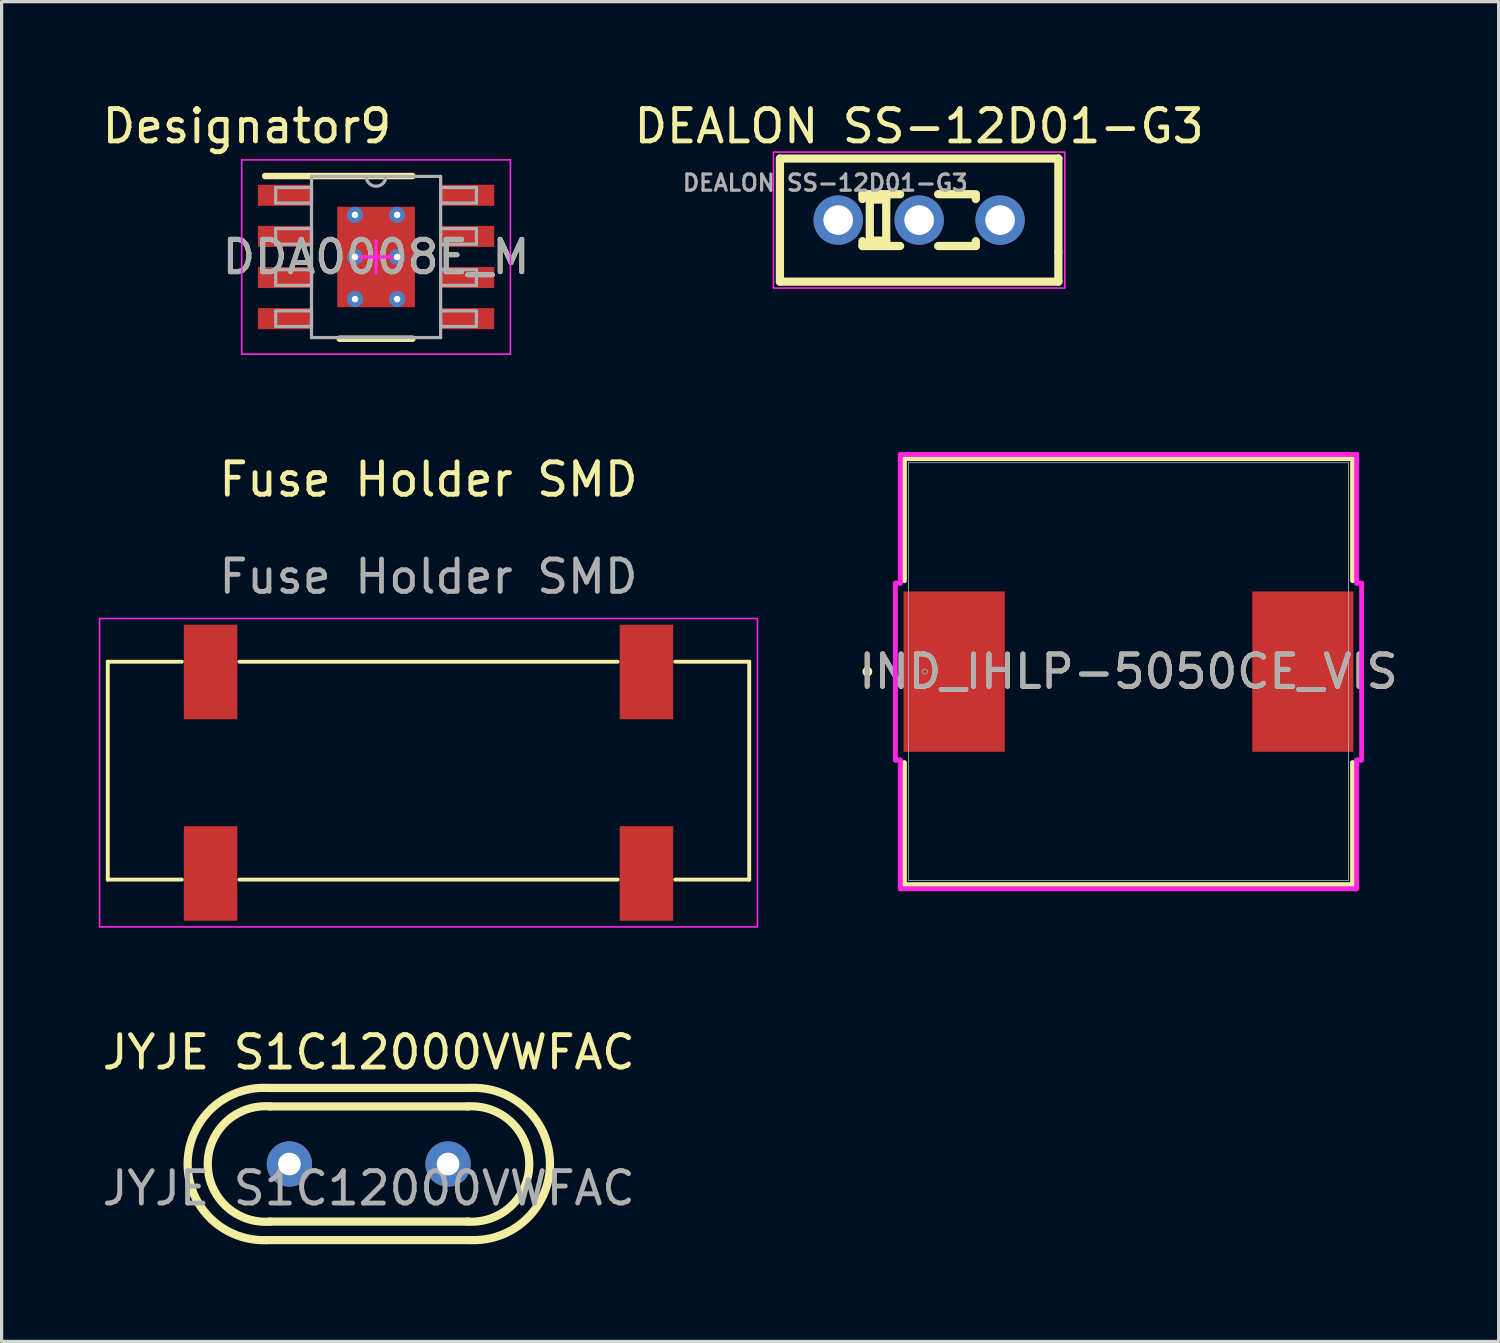
<source format=kicad_pcb>
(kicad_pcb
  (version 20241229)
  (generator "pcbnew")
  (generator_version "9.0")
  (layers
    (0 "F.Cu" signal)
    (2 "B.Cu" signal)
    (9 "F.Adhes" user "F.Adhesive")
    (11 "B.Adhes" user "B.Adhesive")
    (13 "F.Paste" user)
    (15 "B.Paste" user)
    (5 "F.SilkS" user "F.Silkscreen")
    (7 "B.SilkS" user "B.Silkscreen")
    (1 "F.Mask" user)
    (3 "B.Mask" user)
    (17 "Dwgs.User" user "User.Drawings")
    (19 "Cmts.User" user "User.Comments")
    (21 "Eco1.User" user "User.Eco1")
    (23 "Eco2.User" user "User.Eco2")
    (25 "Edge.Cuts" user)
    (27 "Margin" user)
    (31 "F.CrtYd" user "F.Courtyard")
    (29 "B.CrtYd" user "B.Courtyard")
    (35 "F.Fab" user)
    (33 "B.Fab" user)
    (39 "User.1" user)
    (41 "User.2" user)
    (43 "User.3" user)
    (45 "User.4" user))
  (footprint "IND_IHLP-5050CE_VIS"
    (layer "F.Cu")
    (at 31.805 17.694)
    (property "Reference" "IND_IHLP-5050CE_VIS" (at 0 0 0) (unlocked yes) (layer "F.SilkS") (effects (font (size 1 1) (thickness 0.15))))
    (attr smd)
    (fp_line (start -6.921 -6.579) (end -6.921 -2.809) (stroke (width 0.152) (type solid)) (layer "F.SilkS"))
    (fp_line (start -6.921 2.809) (end -6.921 6.579) (stroke (width 0.152) (type solid)) (layer "F.SilkS"))
    (fp_line (start -6.921 6.579) (end 6.921 6.579) (stroke (width 0.152) (type solid)) (layer "F.SilkS"))
    (fp_line (start 6.921 -6.579) (end -6.921 -6.579) (stroke (width 0.152) (type solid)) (layer "F.SilkS"))
    (fp_line (start 6.921 -2.809) (end 6.921 -6.579) (stroke (width 0.152) (type solid)) (layer "F.SilkS"))
    (fp_line (start 6.921 6.579) (end 6.921 2.809) (stroke (width 0.152) (type solid)) (layer "F.SilkS"))
    (fp_circle (center -8.065 0) (end -7.988 0) (stroke (width 0.152) (type solid)) (fill no) (layer "F.SilkS"))
    (fp_line (start -7.201 -2.731) (end -7.048 -2.731) (stroke (width 0.152) (type solid)) (layer "F.CrtYd"))
    (fp_line (start -7.201 2.731) (end -7.201 -2.731) (stroke (width 0.152) (type solid)) (layer "F.CrtYd"))
    (fp_line (start -7.048 -6.706) (end 7.048 -6.706) (stroke (width 0.152) (type solid)) (layer "F.CrtYd"))
    (fp_line (start -7.048 -2.731) (end -7.048 -6.706) (stroke (width 0.152) (type solid)) (layer "F.CrtYd"))
    (fp_line (start -7.048 2.731) (end -7.201 2.731) (stroke (width 0.152) (type solid)) (layer "F.CrtYd"))
    (fp_line (start -7.048 6.706) (end -7.048 2.731) (stroke (width 0.152) (type solid)) (layer "F.CrtYd"))
    (fp_line (start 7.048 -6.706) (end 7.048 -2.731) (stroke (width 0.152) (type solid)) (layer "F.CrtYd"))
    (fp_line (start 7.048 -2.731) (end 7.201 -2.731) (stroke (width 0.152) (type solid)) (layer "F.CrtYd"))
    (fp_line (start 7.048 2.731) (end 7.048 6.706) (stroke (width 0.152) (type solid)) (layer "F.CrtYd"))
    (fp_line (start 7.048 6.706) (end -7.048 6.706) (stroke (width 0.152) (type solid)) (layer "F.CrtYd"))
    (fp_line (start 7.201 -2.731) (end 7.201 2.731) (stroke (width 0.152) (type solid)) (layer "F.CrtYd"))
    (fp_line (start 7.201 2.731) (end 7.048 2.731) (stroke (width 0.152) (type solid)) (layer "F.CrtYd"))
    (fp_line (start -6.795 -6.452) (end -6.795 6.452) (stroke (width 0.025) (type solid)) (layer "F.Fab"))
    (fp_line (start -6.795 6.452) (end 6.795 6.452) (stroke (width 0.025) (type solid)) (layer "F.Fab"))
    (fp_line (start 6.795 -6.452) (end -6.795 -6.452) (stroke (width 0.025) (type solid)) (layer "F.Fab"))
    (fp_line (start 6.795 6.452) (end 6.795 -6.452) (stroke (width 0.025) (type solid)) (layer "F.Fab"))
    (fp_circle (center -6.287 0) (end -6.21 0) (stroke (width 0.025) (type solid)) (fill no) (layer "F.Fab"))
    (fp_text user "${REFERENCE}" (at 0 0 0) (unlocked yes) (layer "F.Fab") (effects (font (size 1 1) (thickness 0.15))))
    (pad "1" smd rect (at -5.385 0 90) (size 4.953 3.124) (layers "F.Cu" "F.Mask" "F.Paste"))
    (pad "2" smd rect (at 5.385 0 90) (size 4.953 3.124) (layers "F.Cu" "F.Mask" "F.Paste"))
    (zone (net_name "") (layer "F.Cu") (hatch full 0.508) (connect_pads) (min_thickness 0.254) (filled_areas_thickness no) (keepout (tracks not_allowed) (vias not_allowed) (pads allowed) (copperpour not_allowed) (footprints allowed)) (placement (enabled no)) (fill) (polygon (pts (xy 25.061 11.293) (xy 38.548 11.293) (xy 38.548 15.166) (xy 25.061 15.166))))
    (zone (net_name "") (layer "F.Cu") (hatch full 0.508) (connect_pads) (min_thickness 0.254) (filled_areas_thickness no) (keepout (tracks not_allowed) (vias not_allowed) (pads allowed) (copperpour not_allowed) (footprints allowed)) (placement (enabled no)) (fill) (polygon (pts (xy 25.061 20.221) (xy 38.548 20.221) (xy 38.548 24.094) (xy 25.061 24.094))))
    (zone (net_name "") (layer "F.Cu") (hatch full 0.508) (connect_pads) (min_thickness 0.254) (filled_areas_thickness no) (keepout (tracks not_allowed) (vias not_allowed) (pads allowed) (copperpour not_allowed) (footprints allowed)) (placement (enabled no)) (fill) (polygon (pts (xy 28.033 15.166) (xy 35.576 15.166) (xy 35.576 20.221) (xy 28.033 20.221)))))
  (footprint "JYJE S1C12000VWFAC"
    (layer "F.Cu")
    (at 8.339 32.902)
    (property "Reference" "JYJE S1C12000VWFAC" (at 0 -3.45 0) (unlocked yes) (layer "F.SilkS") (effects (font (size 1 1) (thickness 0.15))))
    (attr through_hole)
    (fp_line (start -3.048 -1.778) (end 3.048 -1.778) (stroke (width 0.254) (type solid)) (layer "F.SilkS"))
    (fp_line (start -3.048 1.778) (end 3.048 1.778) (stroke (width 0.254) (type solid)) (layer "F.SilkS"))
    (fp_line (start 3.15 -2.35) (end -3.149 -2.35) (stroke (width 0.254) (type solid)) (layer "F.SilkS"))
    (fp_line (start 3.15 2.35) (end -3.149 2.35) (stroke (width 0.254) (type solid)) (layer "F.SilkS"))
    (fp_arc (start -3.149 2.351) (mid -5.593799 -0.000125) (end -3.148751 -2.35099) (stroke (width 0.254) (type solid)) (layer "F.SilkS"))
    (fp_arc (start -3.048 1.779) (mid -4.9725 0.000161) (end -3.048321 -1.779025) (stroke (width 0.254) (type solid)) (layer "F.SilkS"))
    (fp_arc (start 3.048 -1.778) (mid 4.958601 -0.000784) (end 3.049563 1.778112) (stroke (width 0.254) (type solid)) (layer "F.SilkS"))
    (fp_arc (start 3.15 -2.351) (mid 5.600042 -0.00065) (end 3.1493 2.348971) (stroke (width 0.254) (type solid)) (layer "F.SilkS"))
    (fp_text user "${REFERENCE}" (at 0 0.75 0) (unlocked yes) (layer "F.Fab") (effects (font (size 1 1) (thickness 0.15))))
    (pad "1" thru_hole circle (at -2.45 0) (size 1.4 1.4) (drill 0.7) (layers "*.Cu" "*.Mask"))
    (pad "2" thru_hole circle (at 2.45 0) (size 1.4 1.4) (drill 0.7) (layers "*.Cu" "*.Mask")))
  (footprint "DEALON SS-12D01-G3"
    (layer "F.Cu")
    (at 25.339 3.748)
    (property "Reference" "DEALON SS-12D01-G3" (at 0 -2.9 0) (unlocked yes) (layer "F.SilkS") (effects (font (size 1 1) (thickness 0.15))))
    (attr through_hole)
    (fp_line (start -4.3 -1.9) (end -4.3 1.9) (stroke (width 0.254) (type solid)) (layer "F.SilkS"))
    (fp_line (start -4.3 -1.9) (end 4.3 -1.9) (stroke (width 0.254) (type solid)) (layer "F.SilkS"))
    (fp_line (start -4.3 1.9) (end 4.3 1.9) (stroke (width 0.254) (type solid)) (layer "F.SilkS"))
    (fp_line (start -1.75 -0.8) (end -1.75 -0.65) (stroke (width 0.254) (type solid)) (layer "F.SilkS"))
    (fp_line (start -1.75 -0.8) (end -0.587 -0.8) (stroke (width 0.254) (type solid)) (layer "F.SilkS"))
    (fp_line (start -1.75 0.8) (end -1.75 0.65) (stroke (width 0.254) (type solid)) (layer "F.SilkS"))
    (fp_line (start -1.75 0.8) (end -0.587 0.8) (stroke (width 0.254) (type solid)) (layer "F.SilkS"))
    (fp_line (start -1.524 -0.635) (end -1.016 -0.635) (stroke (width 0.254) (type solid)) (layer "F.SilkS"))
    (fp_line (start -1.524 0.635) (end -1.524 -0.635) (stroke (width 0.254) (type solid)) (layer "F.SilkS"))
    (fp_line (start -1.016 -0.635) (end -1.016 0.635) (stroke (width 0.254) (type solid)) (layer "F.SilkS"))
    (fp_line (start -1.016 0.635) (end -1.524 0.635) (stroke (width 0.254) (type solid)) (layer "F.SilkS"))
    (fp_line (start 0.587 -0.8) (end 1.651 -0.8) (stroke (width 0.254) (type solid)) (layer "F.SilkS"))
    (fp_line (start 0.587 0.8) (end 1.75 0.8) (stroke (width 0.254) (type solid)) (layer "F.SilkS"))
    (fp_line (start 1.75 -0.8) (end 1.75 -0.65) (stroke (width 0.254) (type solid)) (layer "F.SilkS"))
    (fp_line (start 1.75 0.65) (end 1.75 0.8) (stroke (width 0.254) (type solid)) (layer "F.SilkS"))
    (fp_line (start 4.3 -1.9) (end 4.3 0.983) (stroke (width 0.254) (type solid)) (layer "F.SilkS"))
    (fp_line (start 4.3 0.983) (end 4.3 1.9) (stroke (width 0.254) (type solid)) (layer "F.SilkS"))
    (fp_rect (start -4.5 -2.1) (end 4.5 2.1) (stroke (width 0.05) (type solid)) (fill no) (layer "F.CrtYd"))
    (fp_text user "${REFERENCE}" (at -2.9 -1.15 0) (unlocked yes) (layer "F.Fab") (effects (font (size 0.5 0.5) (thickness 0.1))))
    (pad "1" thru_hole circle (at -2.5 0) (size 1.524 1.524) (drill 0.914) (layers "*.Cu" "*.Mask"))
    (pad "2" thru_hole circle (at 0 0) (size 1.524 1.524) (drill 0.914) (layers "*.Cu" "*.Mask"))
    (pad "3" thru_hole circle (at 2.5 0) (size 1.524 1.524) (drill 0.914) (layers "*.Cu" "*.Mask")))
  (footprint "DDA0008E_M"
    (layer "F.Cu")
    (at 8.565 4.887)
    (property "Reference" "DDA0008E_M" (at 0 0 0) (unlocked yes) (layer "F.SilkS") (effects (font (size 1 1) (thickness 0.15))))
    (attr smd)
    (fp_line (start -3.425 -2.5) (end 1.125 -2.5) (stroke (width 0.2) (type solid)) (layer "F.SilkS"))
    (fp_line (start -1.125 2.525) (end 1.125 2.525) (stroke (width 0.2) (type solid)) (layer "F.SilkS"))
    (fp_line (start -4.15 -3) (end 4.15 -3) (stroke (width 0.05) (type solid)) (layer "F.CrtYd"))
    (fp_line (start -4.15 3) (end -4.15 -3) (stroke (width 0.05) (type solid)) (layer "F.CrtYd"))
    (fp_line (start -4.15 3) (end 4.15 3) (stroke (width 0.05) (type solid)) (layer "F.CrtYd"))
    (fp_line (start -0.5 0) (end 0.5 0) (stroke (width 0.1) (type solid)) (layer "F.CrtYd"))
    (fp_line (start 0 0.5) (end 0 -0.5) (stroke (width 0.1) (type solid)) (layer "F.CrtYd"))
    (fp_line (start 4.15 3) (end 4.15 -3) (stroke (width 0.05) (type solid)) (layer "F.CrtYd"))
    (fp_line (start -3.099 -2.146) (end -1.994 -2.146) (stroke (width 0.1) (type solid)) (layer "F.Fab"))
    (fp_line (start -3.099 -1.664) (end -3.099 -2.146) (stroke (width 0.1) (type solid)) (layer "F.Fab"))
    (fp_line (start -3.099 -1.664) (end -1.994 -1.664) (stroke (width 0.1) (type solid)) (layer "F.Fab"))
    (fp_line (start -3.099 -0.876) (end -1.994 -0.876) (stroke (width 0.1) (type solid)) (layer "F.Fab"))
    (fp_line (start -3.099 -0.394) (end -3.099 -0.876) (stroke (width 0.1) (type solid)) (layer "F.Fab"))
    (fp_line (start -3.099 -0.394) (end -1.994 -0.394) (stroke (width 0.1) (type solid)) (layer "F.Fab"))
    (fp_line (start -3.099 0.394) (end -1.994 0.394) (stroke (width 0.1) (type solid)) (layer "F.Fab"))
    (fp_line (start -3.099 0.876) (end -3.099 0.394) (stroke (width 0.1) (type solid)) (layer "F.Fab"))
    (fp_line (start -3.099 0.876) (end -1.994 0.876) (stroke (width 0.1) (type solid)) (layer "F.Fab"))
    (fp_line (start -3.099 1.664) (end -1.994 1.664) (stroke (width 0.1) (type solid)) (layer "F.Fab"))
    (fp_line (start -3.099 2.146) (end -3.099 1.664) (stroke (width 0.1) (type solid)) (layer "F.Fab"))
    (fp_line (start -3.099 2.146) (end -1.994 2.146) (stroke (width 0.1) (type solid)) (layer "F.Fab"))
    (fp_line (start -1.994 -2.489) (end 1.994 -2.489) (stroke (width 0.1) (type solid)) (layer "F.Fab"))
    (fp_line (start -1.994 -1.664) (end -1.994 -2.146) (stroke (width 0.1) (type solid)) (layer "F.Fab"))
    (fp_line (start -1.994 -0.394) (end -1.994 -0.876) (stroke (width 0.1) (type solid)) (layer "F.Fab"))
    (fp_line (start -1.994 0.876) (end -1.994 0.394) (stroke (width 0.1) (type solid)) (layer "F.Fab"))
    (fp_line (start -1.994 2.146) (end -1.994 1.664) (stroke (width 0.1) (type solid)) (layer "F.Fab"))
    (fp_line (start -1.994 2.489) (end -1.994 -2.489) (stroke (width 0.1) (type solid)) (layer "F.Fab"))
    (fp_line (start -1.994 2.489) (end 1.994 2.489) (stroke (width 0.1) (type solid)) (layer "F.Fab"))
    (fp_line (start 1.994 -2.146) (end 3.099 -2.146) (stroke (width 0.1) (type solid)) (layer "F.Fab"))
    (fp_line (start 1.994 -1.664) (end 1.994 -2.146) (stroke (width 0.1) (type solid)) (layer "F.Fab"))
    (fp_line (start 1.994 -1.664) (end 3.099 -1.664) (stroke (width 0.1) (type solid)) (layer "F.Fab"))
    (fp_line (start 1.994 -0.876) (end 3.099 -0.876) (stroke (width 0.1) (type solid)) (layer "F.Fab"))
    (fp_line (start 1.994 -0.394) (end 1.994 -0.876) (stroke (width 0.1) (type solid)) (layer "F.Fab"))
    (fp_line (start 1.994 -0.394) (end 3.099 -0.394) (stroke (width 0.1) (type solid)) (layer "F.Fab"))
    (fp_line (start 1.994 0.394) (end 3.099 0.394) (stroke (width 0.1) (type solid)) (layer "F.Fab"))
    (fp_line (start 1.994 0.876) (end 1.994 0.394) (stroke (width 0.1) (type solid)) (layer "F.Fab"))
    (fp_line (start 1.994 0.876) (end 3.099 0.876) (stroke (width 0.1) (type solid)) (layer "F.Fab"))
    (fp_line (start 1.994 1.664) (end 3.099 1.664) (stroke (width 0.1) (type solid)) (layer "F.Fab"))
    (fp_line (start 1.994 2.146) (end 1.994 1.664) (stroke (width 0.1) (type solid)) (layer "F.Fab"))
    (fp_line (start 1.994 2.146) (end 3.099 2.146) (stroke (width 0.1) (type solid)) (layer "F.Fab"))
    (fp_line (start 1.994 2.489) (end 1.994 -2.489) (stroke (width 0.1) (type solid)) (layer "F.Fab"))
    (fp_line (start 3.099 -1.664) (end 3.099 -2.146) (stroke (width 0.1) (type solid)) (layer "F.Fab"))
    (fp_line (start 3.099 -0.394) (end 3.099 -0.876) (stroke (width 0.1) (type solid)) (layer "F.Fab"))
    (fp_line (start 3.099 0.876) (end 3.099 0.394) (stroke (width 0.1) (type solid)) (layer "F.Fab"))
    (fp_line (start 3.099 2.146) (end 3.099 1.664) (stroke (width 0.1) (type solid)) (layer "F.Fab"))
    (fp_arc (start 0.3048 -2.4892) (mid 0 -2.1844) (end -0.3048 -2.4892) (stroke (width 0.1) (type solid)) (layer "F.Fab"))
    (fp_text user "Designator9" (at -3.988 -4.039 0) (unlocked yes) (layer "F.SilkS") (effects (font (size 1 1) (thickness 0.15))))
    (fp_text user "${REFERENCE}" (at 0 0 0) (unlocked yes) (layer "F.Fab") (effects (font (size 1 1) (thickness 0.15))))
    (pad "1" smd rect (at -2.825 -1.905 90) (size 0.65 1.65) (layers "F.Cu" "F.Mask" "F.Paste"))
    (pad "2" smd rect (at -2.825 -0.635 90) (size 0.65 1.65) (layers "F.Cu" "F.Mask" "F.Paste"))
    (pad "3" smd rect (at -2.825 0.635 90) (size 0.65 1.65) (layers "F.Cu" "F.Mask" "F.Paste"))
    (pad "4" smd rect (at -2.825 1.905 90) (size 0.65 1.65) (layers "F.Cu" "F.Mask" "F.Paste"))
    (pad "5" smd rect (at 2.825 1.905 90) (size 0.65 1.65) (layers "F.Cu" "F.Mask" "F.Paste"))
    (pad "6" smd rect (at 2.825 0.635 90) (size 0.65 1.65) (layers "F.Cu" "F.Mask" "F.Paste"))
    (pad "7" smd rect (at 2.825 -0.635 90) (size 0.65 1.65) (layers "F.Cu" "F.Mask" "F.Paste"))
    (pad "8" smd rect (at 2.825 -1.905 90) (size 0.65 1.65) (layers "F.Cu" "F.Mask" "F.Paste"))
    (pad "9" smd rect (at 0 0) (size 2.4 3.1) (layers "F.Cu" "F.Mask" "F.Paste"))
    (pad "V" thru_hole circle (at -0.65 -1.3) (size 0.5 0.5) (drill 0.203) (layers "*.Cu" "*.Mask"))
    (pad "V" thru_hole circle (at -0.65 0) (size 0.5 0.5) (drill 0.203) (layers "*.Cu" "*.Mask"))
    (pad "V" thru_hole circle (at -0.65 1.3) (size 0.5 0.5) (drill 0.203) (layers "*.Cu" "*.Mask"))
    (pad "V" thru_hole circle (at 0.65 -1.3) (size 0.5 0.5) (drill 0.203) (layers "*.Cu" "*.Mask"))
    (pad "V" thru_hole circle (at 0.65 0) (size 0.5 0.5) (drill 0.203) (layers "*.Cu" "*.Mask"))
    (pad "V" thru_hole circle (at 0.65 1.3) (size 0.5 0.5) (drill 0.203) (layers "*.Cu" "*.Mask")))
  (footprint "Fuse Holder SMD"
    (layer "F.Cu")
    (at 10.185 20.753)
    (property "Reference" "Fuse Holder SMD" (at 0 -8.993 0) (unlocked yes) (layer "F.SilkS") (effects (font (size 1 1) (thickness 0.15))))
    (attr smd)
    (fp_line (start -9.906 -3.365) (end -7.62 -3.365) (stroke (width 0.12) (type solid)) (layer "F.SilkS"))
    (fp_line (start -9.906 3.365) (end -9.906 -3.365) (stroke (width 0.12) (type solid)) (layer "F.SilkS"))
    (fp_line (start -7.62 3.365) (end -9.906 3.365) (stroke (width 0.12) (type solid)) (layer "F.SilkS"))
    (fp_line (start -5.842 -3.365) (end 5.842 -3.365) (stroke (width 0.12) (type solid)) (layer "F.SilkS"))
    (fp_line (start 5.842 3.365) (end -5.842 3.365) (stroke (width 0.12) (type solid)) (layer "F.SilkS"))
    (fp_line (start 7.62 -3.365) (end 9.906 -3.365) (stroke (width 0.12) (type solid)) (layer "F.SilkS"))
    (fp_line (start 9.906 -3.365) (end 9.906 3.365) (stroke (width 0.12) (type solid)) (layer "F.SilkS"))
    (fp_line (start 9.906 3.365) (end 7.62 3.365) (stroke (width 0.12) (type solid)) (layer "F.SilkS"))
    (fp_rect (start -10.16 -4.699) (end 10.16 4.826) (stroke (width 0.05) (type solid)) (fill no) (layer "F.CrtYd"))
    (fp_text user "${REFERENCE}" (at 0 -5.993 0) (unlocked yes) (layer "F.Fab") (effects (font (size 1 1) (thickness 0.15))))
    (pad "1" smd rect (at -6.731 -3.048) (size 1.651 2.921) (layers "F.Cu" "F.Mask" "F.Paste"))
    (pad "2" smd rect (at -6.731 3.175) (size 1.651 2.921) (layers "F.Cu" "F.Mask" "F.Paste"))
    (pad "3" smd rect (at 6.731 -3.048) (size 1.651 2.921) (layers "F.Cu" "F.Mask" "F.Paste"))
    (pad "4" smd rect (at 6.731 3.175) (size 1.651 2.921) (layers "F.Cu" "F.Mask" "F.Paste")))
  (gr_rect
    (start -3 -3)
    (end 43.239 38.382)
    (stroke (width 0.1) (type default))
    (fill no)
    (layer "Edge.Cuts")))
</source>
